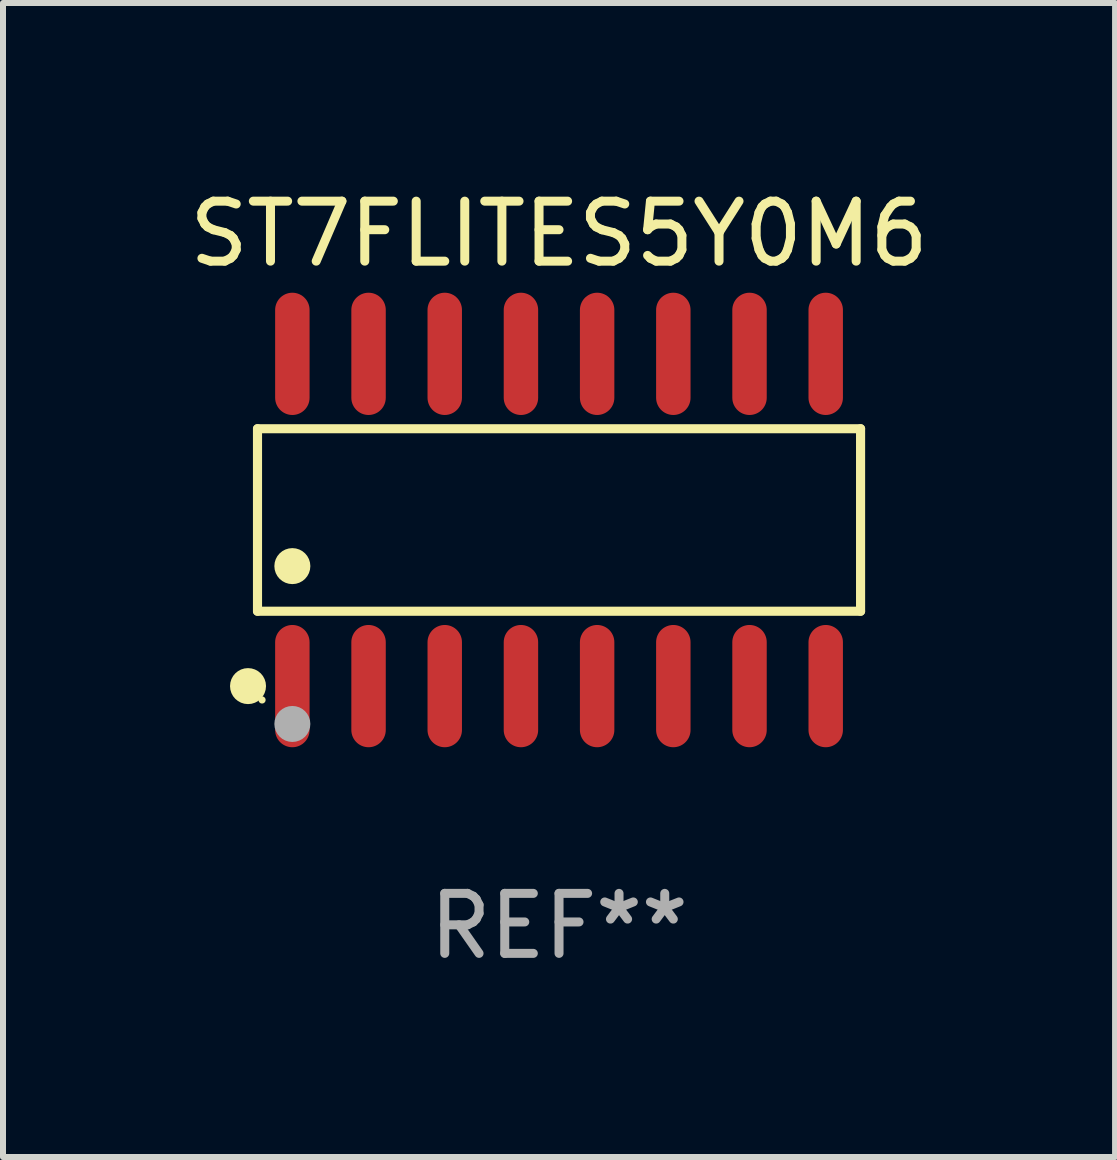
<source format=kicad_pcb>
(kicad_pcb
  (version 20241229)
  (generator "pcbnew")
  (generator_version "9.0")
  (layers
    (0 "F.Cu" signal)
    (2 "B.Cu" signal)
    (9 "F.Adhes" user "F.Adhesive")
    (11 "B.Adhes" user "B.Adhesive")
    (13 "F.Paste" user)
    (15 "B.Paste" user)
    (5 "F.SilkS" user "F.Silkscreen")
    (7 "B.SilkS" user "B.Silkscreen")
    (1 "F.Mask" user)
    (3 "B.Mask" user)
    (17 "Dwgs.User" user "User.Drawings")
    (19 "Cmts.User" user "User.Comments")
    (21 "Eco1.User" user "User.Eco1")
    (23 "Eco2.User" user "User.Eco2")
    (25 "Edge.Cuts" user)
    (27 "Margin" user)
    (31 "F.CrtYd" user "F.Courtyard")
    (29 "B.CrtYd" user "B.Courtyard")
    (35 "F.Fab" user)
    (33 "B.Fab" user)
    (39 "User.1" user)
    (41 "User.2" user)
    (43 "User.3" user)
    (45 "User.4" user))
  (footprint "ST7FLITES5Y0M6"
    (layer "F.Cu")
    (at 6.268 5.617)
    (property "Reference" "ST7FLITES5Y0M6" (at 0 -4.769 0) (layer "F.SilkS") (effects (font (size 1 1) (thickness 0.15))))
    (attr through_hole)
    (fp_line (start -5.026 -1.521) (end 5.026 -1.521) (stroke (width 0.152) (type solid)) (layer "F.SilkS"))
    (fp_line (start -5.026 1.521) (end -5.026 -1.521) (stroke (width 0.152) (type solid)) (layer "F.SilkS"))
    (fp_line (start 5.026 -1.521) (end 5.026 1.521) (stroke (width 0.152) (type solid)) (layer "F.SilkS"))
    (fp_line (start 5.026 1.521) (end -5.026 1.521) (stroke (width 0.152) (type solid)) (layer "F.SilkS"))
    (fp_circle (center -5.184 2.769) (end -5.034 2.769) (stroke (width 0.3) (type solid)) (fill no) (layer "F.SilkS"))
    (fp_circle (center -4.95 3) (end -4.92 3) (stroke (width 0.06) (type solid)) (fill no) (layer "F.SilkS"))
    (fp_circle (center -4.445 0.769) (end -4.295 0.769) (stroke (width 0.3) (type solid)) (fill no) (layer "F.SilkS"))
    (fp_circle (center -4.445 3.4) (end -4.295 3.4) (stroke (width 0.3) (type solid)) (fill no) (layer "F.Fab"))
    (fp_text user "REF**" (at 0 6.769 0) (layer "F.Fab") (effects (font (size 1 1) (thickness 0.15))))
    (pad "1" smd oval (at -4.445 2.769) (size 0.574 2.038) (layers "F.Cu" "F.Mask" "F.Paste"))
    (pad "2" smd oval (at -3.175 2.769) (size 0.574 2.038) (layers "F.Cu" "F.Mask" "F.Paste"))
    (pad "3" smd oval (at -1.905 2.769) (size 0.574 2.038) (layers "F.Cu" "F.Mask" "F.Paste"))
    (pad "4" smd oval (at -0.635 2.769) (size 0.574 2.038) (layers "F.Cu" "F.Mask" "F.Paste"))
    (pad "5" smd oval (at 0.635 2.769) (size 0.574 2.038) (layers "F.Cu" "F.Mask" "F.Paste"))
    (pad "6" smd oval (at 1.905 2.769) (size 0.574 2.038) (layers "F.Cu" "F.Mask" "F.Paste"))
    (pad "7" smd oval (at 3.175 2.769) (size 0.574 2.038) (layers "F.Cu" "F.Mask" "F.Paste"))
    (pad "8" smd oval (at 4.445 2.769) (size 0.574 2.038) (layers "F.Cu" "F.Mask" "F.Paste"))
    (pad "9" smd oval (at 4.445 -2.769) (size 0.574 2.038) (layers "F.Cu" "F.Mask" "F.Paste"))
    (pad "10" smd oval (at 3.175 -2.769) (size 0.574 2.038) (layers "F.Cu" "F.Mask" "F.Paste"))
    (pad "11" smd oval (at 1.905 -2.769) (size 0.574 2.038) (layers "F.Cu" "F.Mask" "F.Paste"))
    (pad "12" smd oval (at 0.635 -2.769) (size 0.574 2.038) (layers "F.Cu" "F.Mask" "F.Paste"))
    (pad "13" smd oval (at -0.635 -2.769) (size 0.574 2.038) (layers "F.Cu" "F.Mask" "F.Paste"))
    (pad "14" smd oval (at -1.905 -2.769) (size 0.574 2.038) (layers "F.Cu" "F.Mask" "F.Paste"))
    (pad "15" smd oval (at -3.175 -2.769) (size 0.574 2.038) (layers "F.Cu" "F.Mask" "F.Paste"))
    (pad "16" smd oval (at -4.445 -2.769) (size 0.574 2.038) (layers "F.Cu" "F.Mask" "F.Paste")))
  (gr_rect
    (start -3 -3)
    (end 15.536 16.235)
    (stroke (width 0.1) (type default))
    (fill no)
    (layer "Edge.Cuts")))
</source>
